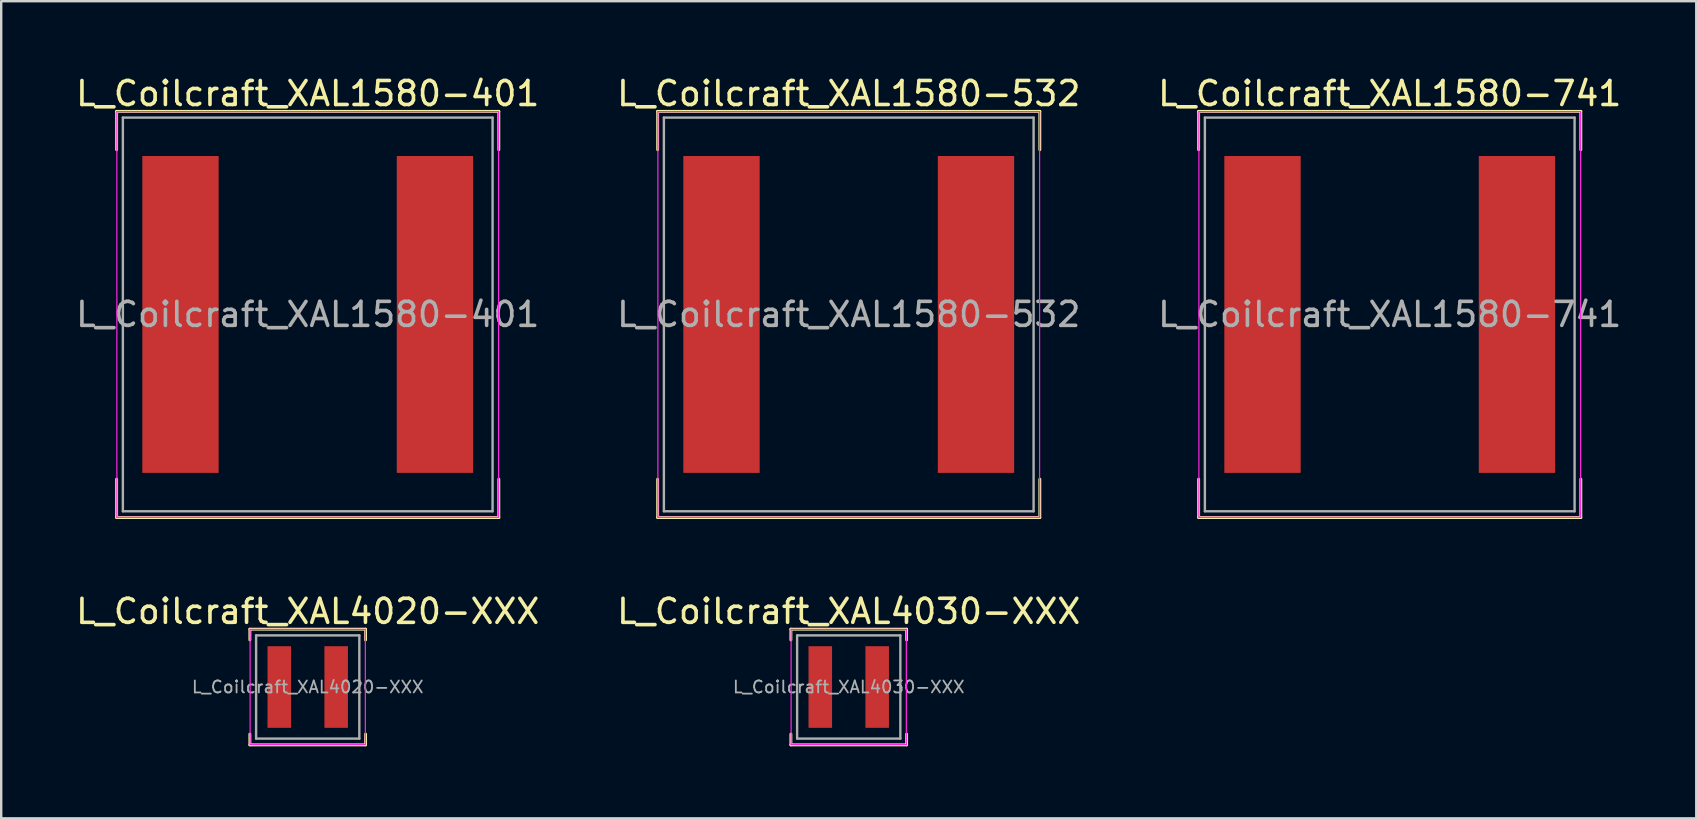
<source format=kicad_pcb>
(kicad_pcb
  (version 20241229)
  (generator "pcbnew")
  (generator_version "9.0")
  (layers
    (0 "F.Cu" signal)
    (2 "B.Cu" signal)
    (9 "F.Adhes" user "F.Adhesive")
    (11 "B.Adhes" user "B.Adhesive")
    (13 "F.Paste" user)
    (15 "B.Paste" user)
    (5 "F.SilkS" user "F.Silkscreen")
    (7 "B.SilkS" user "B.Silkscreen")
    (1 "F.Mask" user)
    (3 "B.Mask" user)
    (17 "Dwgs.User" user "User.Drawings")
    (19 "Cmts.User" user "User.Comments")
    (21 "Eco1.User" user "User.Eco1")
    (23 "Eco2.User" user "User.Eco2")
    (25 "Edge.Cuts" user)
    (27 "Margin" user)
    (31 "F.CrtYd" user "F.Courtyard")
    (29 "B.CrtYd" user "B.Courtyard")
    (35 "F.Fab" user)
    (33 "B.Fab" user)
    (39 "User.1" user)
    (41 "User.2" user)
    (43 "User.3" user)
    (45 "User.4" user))
  (footprint "L_Coilcraft_XAL4020-XXX"
    (layer "F.Cu")
    (at 9.768 25.567)
    (property "Reference" "L_Coilcraft_XAL4020-XXX" (at 0 -3.15 0) (layer "F.SilkS") (effects (font (size 1 1) (thickness 0.15))))
    (attr smd)
    (fp_line (start -2.41 -2.41) (end -2.41 -1.96) (stroke (width 0.12) (type solid)) (layer "F.SilkS"))
    (fp_line (start -2.41 -2.41) (end 2.41 -2.41) (stroke (width 0.12) (type solid)) (layer "F.SilkS"))
    (fp_line (start -2.41 2.41) (end -2.41 1.96) (stroke (width 0.12) (type solid)) (layer "F.SilkS"))
    (fp_line (start -2.41 2.41) (end 2.41 2.41) (stroke (width 0.12) (type solid)) (layer "F.SilkS"))
    (fp_line (start 2.41 -2.41) (end 2.41 -1.96) (stroke (width 0.12) (type solid)) (layer "F.SilkS"))
    (fp_line (start 2.41 2.41) (end 2.41 1.96) (stroke (width 0.12) (type solid)) (layer "F.SilkS"))
    (fp_line (start -2.4 -2.4) (end -2.4 2.4) (stroke (width 0.05) (type solid)) (layer "F.CrtYd"))
    (fp_line (start -2.4 2.4) (end 2.4 2.4) (stroke (width 0.05) (type solid)) (layer "F.CrtYd"))
    (fp_line (start 2.4 -2.4) (end -2.4 -2.4) (stroke (width 0.05) (type solid)) (layer "F.CrtYd"))
    (fp_line (start 2.4 2.4) (end 2.4 -2.4) (stroke (width 0.05) (type solid)) (layer "F.CrtYd"))
    (fp_line (start -2.15 -2.15) (end -2.15 2.15) (stroke (width 0.1) (type solid)) (layer "F.Fab"))
    (fp_line (start -2.15 2.15) (end 2.15 2.15) (stroke (width 0.1) (type solid)) (layer "F.Fab"))
    (fp_line (start 2.15 -2.15) (end -2.15 -2.15) (stroke (width 0.1) (type solid)) (layer "F.Fab"))
    (fp_line (start 2.15 2.15) (end 2.15 -2.15) (stroke (width 0.1) (type solid)) (layer "F.Fab"))
    (fp_text user "${REFERENCE}" (at 0 0 0) (layer "F.Fab") (effects (font (size 0.5 0.5) (thickness 0.075))))
    (pad "1" smd rect (at -1.185 0) (size 0.98 3.4) (layers "F.Cu" "F.Mask" "F.Paste"))
    (pad "2" smd rect (at 1.185 0) (size 0.98 3.4) (layers "F.Cu" "F.Mask" "F.Paste")))
  (footprint "L_Coilcraft_XAL1580-401"
    (layer "F.Cu")
    (at 9.768 10.048)
    (property "Reference" "L_Coilcraft_XAL1580-401" (at 0 -9.2 0) (layer "F.SilkS") (effects (font (size 1 1) (thickness 0.15))))
    (attr smd)
    (fp_line (start -7.96 -8.46) (end -7.96 -6.86) (stroke (width 0.12) (type solid)) (layer "F.SilkS"))
    (fp_line (start -7.96 -8.46) (end 7.96 -8.46) (stroke (width 0.12) (type solid)) (layer "F.SilkS"))
    (fp_line (start -7.96 8.46) (end -7.96 6.86) (stroke (width 0.12) (type solid)) (layer "F.SilkS"))
    (fp_line (start -7.96 8.46) (end 7.96 8.46) (stroke (width 0.12) (type solid)) (layer "F.SilkS"))
    (fp_line (start 7.96 -8.46) (end 7.96 -6.86) (stroke (width 0.12) (type solid)) (layer "F.SilkS"))
    (fp_line (start 7.96 8.46) (end 7.96 6.86) (stroke (width 0.12) (type solid)) (layer "F.SilkS"))
    (fp_line (start -7.95 -8.45) (end -7.95 8.45) (stroke (width 0.05) (type solid)) (layer "F.CrtYd"))
    (fp_line (start -7.95 8.45) (end 7.95 8.45) (stroke (width 0.05) (type solid)) (layer "F.CrtYd"))
    (fp_line (start 7.95 -8.45) (end -7.95 -8.45) (stroke (width 0.05) (type solid)) (layer "F.CrtYd"))
    (fp_line (start 7.95 8.45) (end 7.95 -8.45) (stroke (width 0.05) (type solid)) (layer "F.CrtYd"))
    (fp_line (start -7.7 -8.2) (end -7.7 8.2) (stroke (width 0.1) (type solid)) (layer "F.Fab"))
    (fp_line (start -7.7 8.2) (end 7.7 8.2) (stroke (width 0.1) (type solid)) (layer "F.Fab"))
    (fp_line (start 7.7 -8.2) (end -7.7 -8.2) (stroke (width 0.1) (type solid)) (layer "F.Fab"))
    (fp_line (start 7.7 8.2) (end 7.7 -8.2) (stroke (width 0.1) (type solid)) (layer "F.Fab"))
    (fp_text user "${REFERENCE}" (at 0 0 0) (layer "F.Fab") (effects (font (size 1 1) (thickness 0.15))))
    (pad "1" smd rect (at -5.3 0) (size 3.18 13.2) (layers "F.Cu" "F.Mask" "F.Paste"))
    (pad "2" smd rect (at 5.3 0) (size 3.18 13.2) (layers "F.Cu" "F.Mask" "F.Paste")))
  (footprint "L_Coilcraft_XAL4030-XXX"
    (layer "F.Cu")
    (at 32.304 25.567)
    (property "Reference" "L_Coilcraft_XAL4030-XXX" (at 0 -3.15 0) (layer "F.SilkS") (effects (font (size 1 1) (thickness 0.15))))
    (attr smd)
    (fp_line (start -2.41 -2.41) (end -2.41 -1.96) (stroke (width 0.12) (type solid)) (layer "F.SilkS"))
    (fp_line (start -2.41 -2.41) (end 2.41 -2.41) (stroke (width 0.12) (type solid)) (layer "F.SilkS"))
    (fp_line (start -2.41 2.41) (end -2.41 1.96) (stroke (width 0.12) (type solid)) (layer "F.SilkS"))
    (fp_line (start -2.41 2.41) (end 2.41 2.41) (stroke (width 0.12) (type solid)) (layer "F.SilkS"))
    (fp_line (start 2.41 -2.41) (end 2.41 -1.96) (stroke (width 0.12) (type solid)) (layer "F.SilkS"))
    (fp_line (start 2.41 2.41) (end 2.41 1.96) (stroke (width 0.12) (type solid)) (layer "F.SilkS"))
    (fp_line (start -2.4 -2.4) (end -2.4 2.4) (stroke (width 0.05) (type solid)) (layer "F.CrtYd"))
    (fp_line (start -2.4 2.4) (end 2.4 2.4) (stroke (width 0.05) (type solid)) (layer "F.CrtYd"))
    (fp_line (start 2.4 -2.4) (end -2.4 -2.4) (stroke (width 0.05) (type solid)) (layer "F.CrtYd"))
    (fp_line (start 2.4 2.4) (end 2.4 -2.4) (stroke (width 0.05) (type solid)) (layer "F.CrtYd"))
    (fp_line (start -2.15 -2.15) (end -2.15 2.15) (stroke (width 0.1) (type solid)) (layer "F.Fab"))
    (fp_line (start -2.15 2.15) (end 2.15 2.15) (stroke (width 0.1) (type solid)) (layer "F.Fab"))
    (fp_line (start 2.15 -2.15) (end -2.15 -2.15) (stroke (width 0.1) (type solid)) (layer "F.Fab"))
    (fp_line (start 2.15 2.15) (end 2.15 -2.15) (stroke (width 0.1) (type solid)) (layer "F.Fab"))
    (fp_text user "${REFERENCE}" (at 0 0 0) (layer "F.Fab") (effects (font (size 0.5 0.5) (thickness 0.075))))
    (pad "1" smd rect (at -1.185 0) (size 0.98 3.4) (layers "F.Cu" "F.Mask" "F.Paste"))
    (pad "2" smd rect (at 1.185 0) (size 0.98 3.4) (layers "F.Cu" "F.Mask" "F.Paste")))
  (footprint "L_Coilcraft_XAL1580-741"
    (layer "F.Cu")
    (at 54.839 10.048)
    (property "Reference" "L_Coilcraft_XAL1580-741" (at 0 -9.2 0) (layer "F.SilkS") (effects (font (size 1 1) (thickness 0.15))))
    (attr smd)
    (fp_line (start -7.96 -8.46) (end -7.96 -6.86) (stroke (width 0.12) (type solid)) (layer "F.SilkS"))
    (fp_line (start -7.96 -8.46) (end 7.96 -8.46) (stroke (width 0.12) (type solid)) (layer "F.SilkS"))
    (fp_line (start -7.96 8.46) (end -7.96 6.86) (stroke (width 0.12) (type solid)) (layer "F.SilkS"))
    (fp_line (start -7.96 8.46) (end 7.96 8.46) (stroke (width 0.12) (type solid)) (layer "F.SilkS"))
    (fp_line (start 7.96 -8.46) (end 7.96 -6.86) (stroke (width 0.12) (type solid)) (layer "F.SilkS"))
    (fp_line (start 7.96 8.46) (end 7.96 6.86) (stroke (width 0.12) (type solid)) (layer "F.SilkS"))
    (fp_line (start -7.95 -8.45) (end -7.95 8.45) (stroke (width 0.05) (type solid)) (layer "F.CrtYd"))
    (fp_line (start -7.95 8.45) (end 7.95 8.45) (stroke (width 0.05) (type solid)) (layer "F.CrtYd"))
    (fp_line (start 7.95 -8.45) (end -7.95 -8.45) (stroke (width 0.05) (type solid)) (layer "F.CrtYd"))
    (fp_line (start 7.95 8.45) (end 7.95 -8.45) (stroke (width 0.05) (type solid)) (layer "F.CrtYd"))
    (fp_line (start -7.7 -8.2) (end -7.7 8.2) (stroke (width 0.1) (type solid)) (layer "F.Fab"))
    (fp_line (start -7.7 8.2) (end 7.7 8.2) (stroke (width 0.1) (type solid)) (layer "F.Fab"))
    (fp_line (start 7.7 -8.2) (end -7.7 -8.2) (stroke (width 0.1) (type solid)) (layer "F.Fab"))
    (fp_line (start 7.7 8.2) (end 7.7 -8.2) (stroke (width 0.1) (type solid)) (layer "F.Fab"))
    (fp_text user "${REFERENCE}" (at 0 0 0) (layer "F.Fab") (effects (font (size 1 1) (thickness 0.15))))
    (pad "1" smd rect (at -5.3 0) (size 3.18 13.2) (layers "F.Cu" "F.Mask" "F.Paste"))
    (pad "2" smd rect (at 5.3 0) (size 3.18 13.2) (layers "F.Cu" "F.Mask" "F.Paste")))
  (footprint "L_Coilcraft_XAL1580-532"
    (layer "F.Cu")
    (at 32.304 10.048)
    (property "Reference" "L_Coilcraft_XAL1580-532" (at 0 -9.2 0) (layer "F.SilkS") (effects (font (size 1 1) (thickness 0.15))))
    (attr smd)
    (fp_line (start -7.96 -8.46) (end -7.96 -6.86) (stroke (width 0.12) (type solid)) (layer "F.SilkS"))
    (fp_line (start -7.96 -8.46) (end 7.96 -8.46) (stroke (width 0.12) (type solid)) (layer "F.SilkS"))
    (fp_line (start -7.96 8.46) (end -7.96 6.86) (stroke (width 0.12) (type solid)) (layer "F.SilkS"))
    (fp_line (start -7.96 8.46) (end 7.96 8.46) (stroke (width 0.12) (type solid)) (layer "F.SilkS"))
    (fp_line (start 7.96 -8.46) (end 7.96 -6.86) (stroke (width 0.12) (type solid)) (layer "F.SilkS"))
    (fp_line (start 7.96 8.46) (end 7.96 6.86) (stroke (width 0.12) (type solid)) (layer "F.SilkS"))
    (fp_line (start -7.95 -8.45) (end -7.95 8.45) (stroke (width 0.05) (type solid)) (layer "F.CrtYd"))
    (fp_line (start -7.95 8.45) (end 7.95 8.45) (stroke (width 0.05) (type solid)) (layer "F.CrtYd"))
    (fp_line (start 7.95 -8.45) (end -7.95 -8.45) (stroke (width 0.05) (type solid)) (layer "F.CrtYd"))
    (fp_line (start 7.95 8.45) (end 7.95 -8.45) (stroke (width 0.05) (type solid)) (layer "F.CrtYd"))
    (fp_line (start -7.7 -8.2) (end -7.7 8.2) (stroke (width 0.1) (type solid)) (layer "F.Fab"))
    (fp_line (start -7.7 8.2) (end 7.7 8.2) (stroke (width 0.1) (type solid)) (layer "F.Fab"))
    (fp_line (start 7.7 -8.2) (end -7.7 -8.2) (stroke (width 0.1) (type solid)) (layer "F.Fab"))
    (fp_line (start 7.7 8.2) (end 7.7 -8.2) (stroke (width 0.1) (type solid)) (layer "F.Fab"))
    (fp_text user "${REFERENCE}" (at 0 0 0) (layer "F.Fab") (effects (font (size 1 1) (thickness 0.15))))
    (pad "1" smd rect (at -5.3 0) (size 3.18 13.2) (layers "F.Cu" "F.Mask" "F.Paste"))
    (pad "2" smd rect (at 5.3 0) (size 3.18 13.2) (layers "F.Cu" "F.Mask" "F.Paste")))
  (gr_rect
    (start -3 -3)
    (end 67.607 31.037)
    (stroke (width 0.1) (type default))
    (fill no)
    (layer "Edge.Cuts")))
</source>
